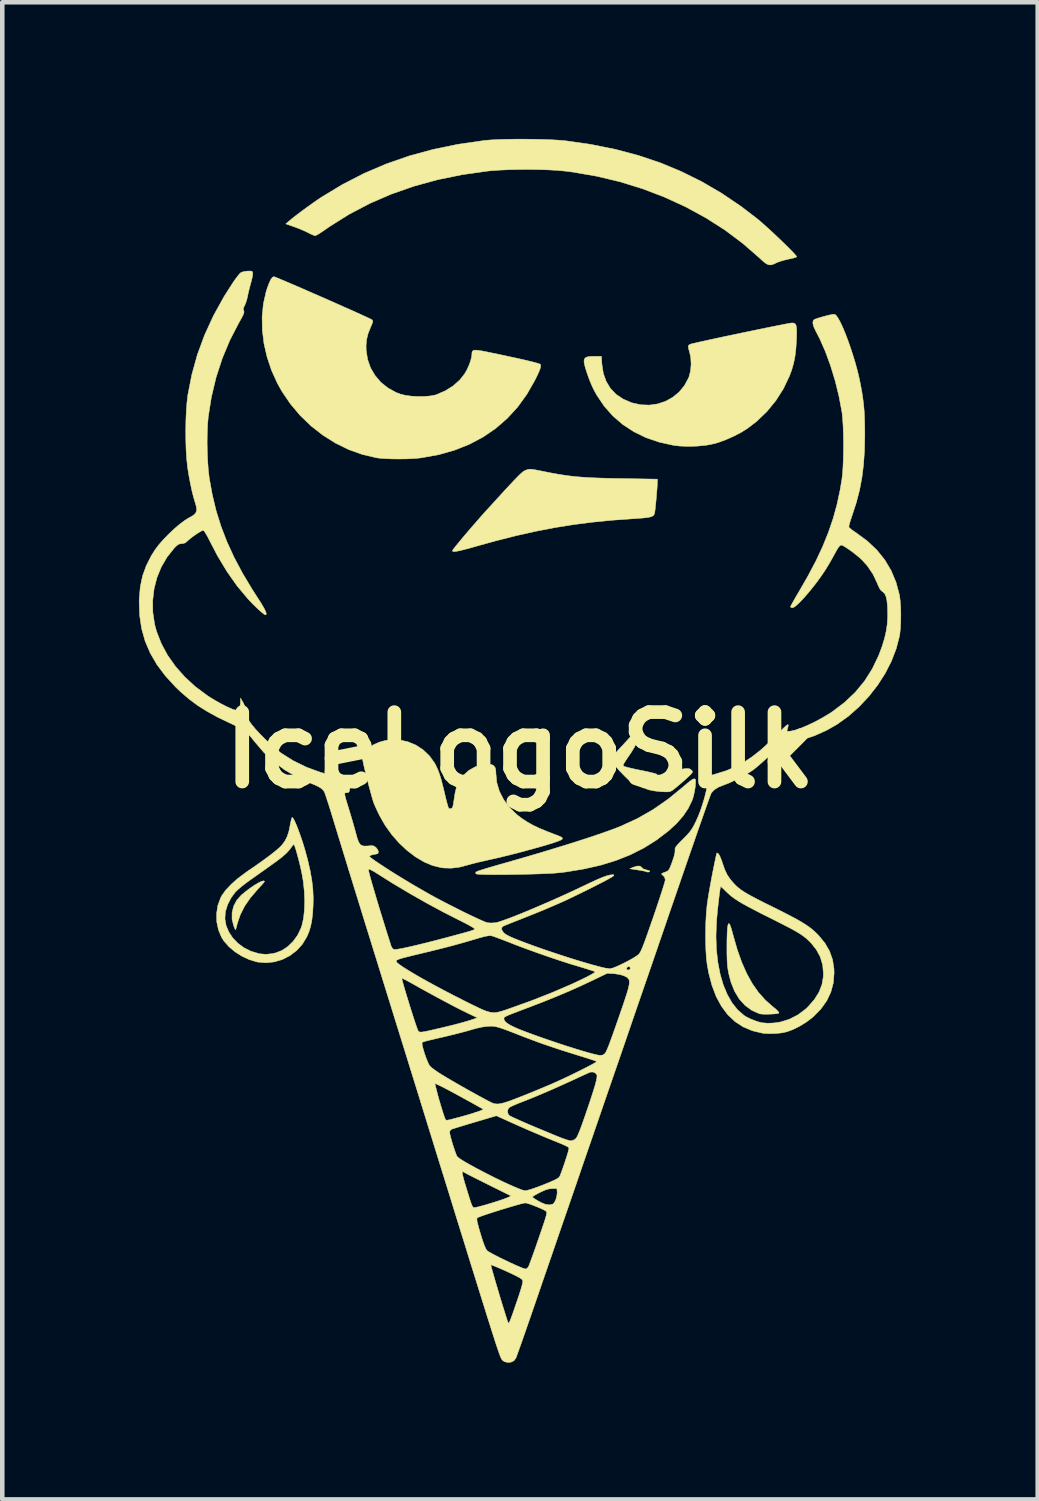
<source format=kicad_pcb>
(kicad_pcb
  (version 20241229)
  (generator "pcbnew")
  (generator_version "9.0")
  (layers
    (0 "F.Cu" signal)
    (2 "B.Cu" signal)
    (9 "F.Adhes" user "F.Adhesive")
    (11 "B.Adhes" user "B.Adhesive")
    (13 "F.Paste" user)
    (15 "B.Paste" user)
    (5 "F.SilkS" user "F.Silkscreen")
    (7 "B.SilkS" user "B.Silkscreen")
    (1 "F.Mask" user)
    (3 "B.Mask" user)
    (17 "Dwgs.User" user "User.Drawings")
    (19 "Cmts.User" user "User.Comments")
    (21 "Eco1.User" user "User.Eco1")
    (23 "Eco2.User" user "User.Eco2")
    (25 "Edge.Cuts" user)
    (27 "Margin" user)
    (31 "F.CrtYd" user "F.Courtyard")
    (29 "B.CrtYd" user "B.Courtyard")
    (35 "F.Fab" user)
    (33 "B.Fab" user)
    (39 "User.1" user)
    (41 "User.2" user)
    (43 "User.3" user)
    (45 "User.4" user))
  (footprint "IceLogoSilk"
    (layer "F.Cu")
    (at 8.364 13.418)
    (property "Reference" "IceLogoSilk" (at 0 0 0) (layer "F.SilkS") (effects (font (size 1.524 1.524) (thickness 0.3))))
    (attr through_hole)
    (fp_poly (pts (xy 2.634 2.545) (xy 2.674 2.573) (xy 2.676 2.577) (xy 2.711 2.608) (xy 2.772 2.627) (xy 2.774 2.628) (xy 2.823 2.64) (xy 2.851 2.654) (xy 2.853 2.659) (xy 2.837 2.673) (xy 2.804 2.677) (xy 2.774 2.669) (xy 2.771 2.667) (xy 2.748 2.659) (xy 2.696 2.649) (xy 2.624 2.636) (xy 2.587 2.63) (xy 2.413 2.604) (xy 2.486 2.572) (xy 2.57 2.545) (xy 2.634 2.545)) (stroke (width 0.01) (type solid)) (fill yes) (layer "F.SilkS"))
    (fp_poly (pts (xy -5.609 2.877) (xy -5.608 2.884) (xy -5.62 2.902) (xy -5.654 2.942) (xy -5.705 2.998) (xy -5.755 3.053) (xy -5.917 3.241) (xy -6.044 3.426) (xy -6.138 3.611) (xy -6.203 3.801) (xy -6.205 3.81) (xy -6.222 3.875) (xy -6.235 3.923) (xy -6.243 3.943) (xy -6.252 3.93) (xy -6.27 3.891) (xy -6.284 3.855) (xy -6.32 3.711) (xy -6.319 3.564) (xy -6.284 3.423) (xy -6.215 3.293) (xy -6.114 3.18) (xy -6.109 3.176) (xy -6.012 3.096) (xy -5.915 3.024) (xy -5.825 2.963) (xy -5.744 2.915) (xy -5.678 2.883) (xy -5.631 2.869) (xy -5.609 2.877)) (stroke (width 0.01) (type solid)) (fill yes) (layer "F.SilkS"))
    (fp_poly (pts (xy 3.715 0.407) (xy 3.744 0.42) (xy 3.778 0.451) (xy 3.79 0.477) (xy 3.776 0.502) (xy 3.734 0.548) (xy 3.668 0.611) (xy 3.582 0.688) (xy 3.479 0.776) (xy 3.407 0.836) (xy 3.35 0.881) (xy 3.307 0.905) (xy 3.261 0.915) (xy 3.197 0.916) (xy 3.182 0.916) (xy 3.092 0.911) (xy 2.99 0.9) (xy 2.927 0.891) (xy 2.839 0.873) (xy 2.781 0.853) (xy 2.755 0.829) (xy 2.761 0.798) (xy 2.799 0.76) (xy 2.872 0.713) (xy 2.98 0.656) (xy 3.092 0.601) (xy 3.275 0.518) (xy 3.427 0.457) (xy 3.55 0.419) (xy 3.646 0.402) (xy 3.715 0.407)) (stroke (width 0.01) (type solid)) (fill yes) (layer "F.SilkS"))
    (fp_poly (pts (xy 4.596 3.81) (xy 4.6 3.815) (xy 4.615 3.847) (xy 4.636 3.907) (xy 4.66 3.987) (xy 4.679 4.059) (xy 4.77 4.377) (xy 4.87 4.659) (xy 4.981 4.908) (xy 5.103 5.128) (xy 5.238 5.32) (xy 5.389 5.488) (xy 5.534 5.617) (xy 5.618 5.686) (xy 5.669 5.736) (xy 5.687 5.766) (xy 5.685 5.772) (xy 5.657 5.782) (xy 5.6 5.789) (xy 5.525 5.794) (xy 5.443 5.797) (xy 5.363 5.797) (xy 5.297 5.793) (xy 5.256 5.786) (xy 5.089 5.711) (xy 4.942 5.603) (xy 4.816 5.464) (xy 4.713 5.294) (xy 4.633 5.095) (xy 4.588 4.924) (xy 4.571 4.838) (xy 4.559 4.757) (xy 4.551 4.67) (xy 4.547 4.568) (xy 4.544 4.443) (xy 4.544 4.347) (xy 4.545 4.164) (xy 4.549 4.02) (xy 4.556 3.913) (xy 4.566 3.843) (xy 4.579 3.809) (xy 4.596 3.81)) (stroke (width 0.01) (type solid)) (fill yes) (layer "F.SilkS"))
    (fp_poly (pts (xy 2.646 -0.43) (xy 2.649 -0.422) (xy 2.648 -0.384) (xy 2.63 -0.32) (xy 2.597 -0.238) (xy 2.554 -0.146) (xy 2.504 -0.05) (xy 2.449 0.041) (xy 2.43 0.069) (xy 2.364 0.166) (xy 2.318 0.235) (xy 2.288 0.283) (xy 2.272 0.313) (xy 2.268 0.332) (xy 2.271 0.344) (xy 2.279 0.352) (xy 2.304 0.362) (xy 2.361 0.378) (xy 2.444 0.398) (xy 2.545 0.421) (xy 2.654 0.443) (xy 2.766 0.466) (xy 2.864 0.488) (xy 2.941 0.507) (xy 2.991 0.522) (xy 3.009 0.531) (xy 2.992 0.547) (xy 2.947 0.574) (xy 2.882 0.607) (xy 2.805 0.643) (xy 2.726 0.678) (xy 2.651 0.708) (xy 2.589 0.729) (xy 2.555 0.737) (xy 2.523 0.74) (xy 2.496 0.736) (xy 2.466 0.721) (xy 2.427 0.691) (xy 2.373 0.641) (xy 2.304 0.574) (xy 2.189 0.456) (xy 2.102 0.355) (xy 2.044 0.272) (xy 2.015 0.208) (xy 2.012 0.188) (xy 2.026 0.158) (xy 2.062 0.107) (xy 2.116 0.043) (xy 2.164 -0.01) (xy 2.243 -0.094) (xy 2.328 -0.186) (xy 2.406 -0.272) (xy 2.439 -0.309) (xy 2.516 -0.39) (xy 2.576 -0.437) (xy 2.619 -0.45) (xy 2.646 -0.43)) (stroke (width 0.01) (type solid)) (fill yes) (layer "F.SilkS"))
    (fp_poly (pts (xy 3.847 0.636) (xy 3.848 0.636) (xy 3.856 0.667) (xy 3.856 0.726) (xy 3.849 0.804) (xy 3.835 0.892) (xy 3.817 0.979) (xy 3.796 1.058) (xy 3.782 1.098) (xy 3.696 1.276) (xy 3.585 1.442) (xy 3.445 1.603) (xy 3.271 1.764) (xy 3.248 1.783) (xy 2.991 1.978) (xy 2.719 2.148) (xy 2.429 2.294) (xy 2.117 2.419) (xy 1.781 2.523) (xy 1.417 2.606) (xy 1.021 2.672) (xy 0.889 2.689) (xy 0.81 2.696) (xy 0.704 2.704) (xy 0.576 2.71) (xy 0.43 2.716) (xy 0.272 2.721) (xy 0.106 2.725) (xy -0.064 2.728) (xy -0.231 2.731) (xy -0.392 2.732) (xy -0.542 2.733) (xy -0.676 2.732) (xy -0.79 2.73) (xy -0.878 2.726) (xy -0.936 2.722) (xy -0.957 2.717) (xy -0.976 2.697) (xy -0.962 2.677) (xy -0.953 2.669) (xy -0.925 2.657) (xy -0.865 2.636) (xy -0.779 2.609) (xy -0.67 2.576) (xy -0.545 2.539) (xy -0.415 2.502) (xy -0.057 2.4) (xy 0.289 2.299) (xy 0.621 2.2) (xy 0.934 2.104) (xy 1.227 2.013) (xy 1.495 1.926) (xy 1.736 1.845) (xy 1.947 1.771) (xy 2.125 1.705) (xy 2.209 1.671) (xy 2.574 1.504) (xy 2.923 1.305) (xy 3.259 1.071) (xy 3.585 0.804) (xy 3.677 0.725) (xy 3.745 0.671) (xy 3.794 0.639) (xy 3.827 0.629) (xy 3.847 0.636)) (stroke (width 0.01) (type solid)) (fill yes) (layer "F.SilkS"))
    (fp_poly (pts (xy 0.28 -6.163) (xy 0.347 -6.152) (xy 0.441 -6.134) (xy 0.513 -6.119) (xy 0.679 -6.086) (xy 0.83 -6.059) (xy 0.973 -6.036) (xy 1.113 -6.017) (xy 1.256 -6.002) (xy 1.409 -5.99) (xy 1.576 -5.98) (xy 1.764 -5.973) (xy 1.979 -5.967) (xy 2.226 -5.962) (xy 2.257 -5.962) (xy 3.019 -5.949) (xy 3.017 -5.862) (xy 3.014 -5.801) (xy 3.008 -5.716) (xy 3 -5.616) (xy 2.991 -5.509) (xy 2.981 -5.405) (xy 2.972 -5.314) (xy 2.963 -5.245) (xy 2.958 -5.211) (xy 2.948 -5.177) (xy 2.93 -5.151) (xy 2.899 -5.131) (xy 2.85 -5.116) (xy 2.778 -5.104) (xy 2.679 -5.094) (xy 2.547 -5.084) (xy 2.491 -5.081) (xy 2.033 -5.048) (xy 1.597 -5.005) (xy 1.175 -4.951) (xy 0.758 -4.884) (xy 0.34 -4.803) (xy -0.089 -4.707) (xy -0.537 -4.593) (xy -0.927 -4.485) (xy -1.093 -4.438) (xy -1.225 -4.403) (xy -1.326 -4.378) (xy -1.399 -4.364) (xy -1.447 -4.359) (xy -1.473 -4.363) (xy -1.481 -4.376) (xy -1.478 -4.385) (xy -1.462 -4.41) (xy -1.423 -4.461) (xy -1.365 -4.532) (xy -1.293 -4.62) (xy -1.209 -4.72) (xy -1.118 -4.827) (xy -1.022 -4.938) (xy -0.927 -5.047) (xy -0.835 -5.152) (xy -0.75 -5.247) (xy -0.728 -5.271) (xy -0.565 -5.449) (xy -0.427 -5.6) (xy -0.311 -5.727) (xy -0.214 -5.831) (xy -0.134 -5.916) (xy -0.07 -5.983) (xy -0.018 -6.035) (xy 0.023 -6.074) (xy 0.055 -6.102) (xy 0.082 -6.122) (xy 0.104 -6.135) (xy 0.125 -6.145) (xy 0.131 -6.147) (xy 0.165 -6.159) (xy 0.196 -6.166) (xy 0.232 -6.168) (xy 0.28 -6.163)) (stroke (width 0.01) (type solid)) (fill yes) (layer "F.SilkS"))
    (fp_poly (pts (xy 6.012 -9.375) (xy 6.04 -9.36) (xy 6.06 -9.33) (xy 6.071 -9.28) (xy 6.075 -9.203) (xy 6.074 -9.096) (xy 6.071 -9.008) (xy 6.059 -8.814) (xy 6.039 -8.646) (xy 6.009 -8.495) (xy 5.967 -8.349) (xy 5.919 -8.218) (xy 5.786 -7.938) (xy 5.62 -7.676) (xy 5.422 -7.434) (xy 5.196 -7.217) (xy 4.999 -7.066) (xy 4.858 -6.977) (xy 4.692 -6.891) (xy 4.518 -6.814) (xy 4.351 -6.753) (xy 4.269 -6.729) (xy 4.097 -6.695) (xy 3.903 -6.675) (xy 3.701 -6.668) (xy 3.506 -6.676) (xy 3.371 -6.692) (xy 3.059 -6.761) (xy 2.768 -6.86) (xy 2.501 -6.99) (xy 2.258 -7.149) (xy 2.04 -7.337) (xy 1.849 -7.553) (xy 1.685 -7.797) (xy 1.613 -7.929) (xy 1.573 -8.017) (xy 1.531 -8.119) (xy 1.491 -8.227) (xy 1.455 -8.333) (xy 1.428 -8.426) (xy 1.411 -8.499) (xy 1.407 -8.534) (xy 1.414 -8.583) (xy 1.438 -8.615) (xy 1.486 -8.635) (xy 1.563 -8.644) (xy 1.629 -8.645) (xy 1.788 -8.646) (xy 1.8 -8.47) (xy 1.831 -8.27) (xy 1.894 -8.094) (xy 1.987 -7.94) (xy 2.111 -7.811) (xy 2.266 -7.707) (xy 2.449 -7.628) (xy 2.46 -7.625) (xy 2.651 -7.582) (xy 2.841 -7.575) (xy 3.024 -7.601) (xy 3.198 -7.659) (xy 3.356 -7.747) (xy 3.496 -7.863) (xy 3.612 -8.004) (xy 3.701 -8.169) (xy 3.712 -8.196) (xy 3.745 -8.323) (xy 3.758 -8.467) (xy 3.751 -8.612) (xy 3.726 -8.732) (xy 3.704 -8.808) (xy 3.695 -8.857) (xy 3.702 -8.885) (xy 3.723 -8.903) (xy 3.737 -8.91) (xy 3.766 -8.919) (xy 3.83 -8.934) (xy 3.923 -8.956) (xy 4.042 -8.982) (xy 4.182 -9.013) (xy 4.339 -9.047) (xy 4.508 -9.083) (xy 4.686 -9.12) (xy 4.868 -9.159) (xy 5.049 -9.196) (xy 5.226 -9.233) (xy 5.393 -9.267) (xy 5.548 -9.299) (xy 5.685 -9.326) (xy 5.801 -9.349) (xy 5.89 -9.366) (xy 5.949 -9.376) (xy 5.972 -9.378) (xy 6.012 -9.375)) (stroke (width 0.01) (type solid)) (fill yes) (layer "F.SilkS"))
    (fp_poly (pts (xy 0.305 -13.411) (xy 0.503 -13.407) (xy 0.687 -13.4) (xy 0.849 -13.391) (xy 0.983 -13.379) (xy 1.006 -13.377) (xy 1.562 -13.297) (xy 2.091 -13.191) (xy 2.596 -13.057) (xy 3.08 -12.895) (xy 3.544 -12.702) (xy 3.994 -12.479) (xy 4.43 -12.224) (xy 4.856 -11.936) (xy 5.197 -11.675) (xy 5.268 -11.616) (xy 5.353 -11.542) (xy 5.448 -11.457) (xy 5.549 -11.364) (xy 5.651 -11.268) (xy 5.751 -11.172) (xy 5.845 -11.081) (xy 5.928 -10.998) (xy 5.997 -10.928) (xy 6.046 -10.874) (xy 6.073 -10.84) (xy 6.076 -10.832) (xy 6.059 -10.82) (xy 6.011 -10.805) (xy 5.941 -10.788) (xy 5.9 -10.78) (xy 5.807 -10.758) (xy 5.716 -10.732) (xy 5.643 -10.705) (xy 5.627 -10.697) (xy 5.56 -10.666) (xy 5.505 -10.652) (xy 5.454 -10.657) (xy 5.401 -10.683) (xy 5.337 -10.733) (xy 5.256 -10.808) (xy 4.892 -11.125) (xy 4.5 -11.419) (xy 4.081 -11.686) (xy 3.638 -11.927) (xy 3.175 -12.14) (xy 2.693 -12.324) (xy 2.195 -12.478) (xy 1.683 -12.6) (xy 1.161 -12.69) (xy 0.987 -12.712) (xy 0.826 -12.727) (xy 0.636 -12.738) (xy 0.424 -12.745) (xy 0.201 -12.748) (xy -0.025 -12.747) (xy -0.245 -12.742) (xy -0.45 -12.733) (xy -0.631 -12.72) (xy -0.703 -12.713) (xy -1.268 -12.633) (xy -1.811 -12.522) (xy -2.331 -12.379) (xy -2.828 -12.205) (xy -3.302 -11.999) (xy -3.753 -11.762) (xy -4.181 -11.493) (xy -4.269 -11.432) (xy -4.347 -11.378) (xy -4.415 -11.334) (xy -4.467 -11.305) (xy -4.494 -11.293) (xy -4.494 -11.293) (xy -4.526 -11.302) (xy -4.58 -11.325) (xy -4.646 -11.357) (xy -4.651 -11.36) (xy -4.729 -11.398) (xy -4.827 -11.44) (xy -4.928 -11.479) (xy -4.959 -11.49) (xy -5.14 -11.553) (xy -5.076 -11.609) (xy -5.001 -11.671) (xy -4.901 -11.749) (xy -4.786 -11.836) (xy -4.661 -11.927) (xy -4.537 -12.016) (xy -4.42 -12.097) (xy -4.357 -12.139) (xy -3.901 -12.415) (xy -3.429 -12.658) (xy -2.939 -12.868) (xy -2.431 -13.045) (xy -1.902 -13.189) (xy -1.352 -13.302) (xy -0.78 -13.384) (xy -0.752 -13.387) (xy -0.629 -13.397) (xy -0.475 -13.405) (xy -0.297 -13.41) (xy -0.103 -13.413) (xy 0.1 -13.413) (xy 0.305 -13.411)) (stroke (width 0.01) (type solid)) (fill yes) (layer "F.SilkS"))
    (fp_poly (pts (xy -5.378 -10.387) (xy -5.323 -10.365) (xy -5.239 -10.33) (xy -5.132 -10.285) (xy -5.004 -10.23) (xy -4.859 -10.168) (xy -4.703 -10.1) (xy -4.537 -10.027) (xy -4.367 -9.953) (xy -4.196 -9.878) (xy -4.027 -9.803) (xy -3.866 -9.731) (xy -3.714 -9.664) (xy -3.578 -9.603) (xy -3.46 -9.549) (xy -3.363 -9.505) (xy -3.293 -9.472) (xy -3.253 -9.451) (xy -3.245 -9.446) (xy -3.233 -9.428) (xy -3.233 -9.4) (xy -3.247 -9.356) (xy -3.277 -9.287) (xy -3.334 -9.144) (xy -3.366 -9.014) (xy -3.378 -8.88) (xy -3.375 -8.775) (xy -3.344 -8.577) (xy -3.279 -8.392) (xy -3.18 -8.224) (xy -3.053 -8.075) (xy -2.898 -7.951) (xy -2.72 -7.853) (xy -2.615 -7.813) (xy -2.508 -7.788) (xy -2.378 -7.771) (xy -2.236 -7.763) (xy -2.095 -7.765) (xy -1.966 -7.776) (xy -1.86 -7.796) (xy -1.837 -7.803) (xy -1.64 -7.888) (xy -1.466 -7.997) (xy -1.319 -8.128) (xy -1.21 -8.267) (xy -1.161 -8.354) (xy -1.117 -8.453) (xy -1.082 -8.551) (xy -1.06 -8.638) (xy -1.055 -8.683) (xy -1.053 -8.727) (xy -1.042 -8.758) (xy -1.019 -8.776) (xy -0.978 -8.782) (xy -0.914 -8.777) (xy -0.822 -8.762) (xy -0.697 -8.737) (xy -0.688 -8.735) (xy -0.445 -8.685) (xy -0.228 -8.638) (xy -0.038 -8.597) (xy 0.124 -8.56) (xy 0.255 -8.529) (xy 0.354 -8.503) (xy 0.418 -8.484) (xy 0.445 -8.472) (xy 0.456 -8.45) (xy 0.454 -8.413) (xy 0.438 -8.358) (xy 0.405 -8.279) (xy 0.355 -8.174) (xy 0.327 -8.118) (xy 0.152 -7.812) (xy -0.049 -7.534) (xy -0.277 -7.285) (xy -0.53 -7.065) (xy -0.807 -6.875) (xy -1.109 -6.715) (xy -1.433 -6.586) (xy -1.781 -6.487) (xy -2.151 -6.42) (xy -2.237 -6.409) (xy -2.354 -6.4) (xy -2.492 -6.394) (xy -2.642 -6.392) (xy -2.793 -6.393) (xy -2.936 -6.399) (xy -3.059 -6.407) (xy -3.146 -6.418) (xy -3.456 -6.49) (xy -3.759 -6.598) (xy -4.05 -6.741) (xy -4.327 -6.915) (xy -4.586 -7.118) (xy -4.825 -7.348) (xy -5.039 -7.602) (xy -5.226 -7.878) (xy -5.324 -8.053) (xy -5.453 -8.337) (xy -5.551 -8.63) (xy -5.619 -8.927) (xy -5.655 -9.224) (xy -5.66 -9.516) (xy -5.632 -9.797) (xy -5.572 -10.064) (xy -5.552 -10.128) (xy -5.509 -10.246) (xy -5.471 -10.328) (xy -5.437 -10.377) (xy -5.405 -10.394) (xy -5.402 -10.394) (xy -5.378 -10.387)) (stroke (width 0.01) (type solid)) (fill yes) (layer "F.SilkS"))
    (fp_poly (pts (xy -2.646 -0.225) (xy -2.46 -0.184) (xy -2.284 -0.111) (xy -2.124 -0.006) (xy -1.986 0.126) (xy -1.874 0.282) (xy -1.852 0.322) (xy -1.818 0.394) (xy -1.786 0.469) (xy -1.757 0.554) (xy -1.726 0.656) (xy -1.694 0.781) (xy -1.656 0.935) (xy -1.641 1.002) (xy -1.617 1.099) (xy -1.595 1.182) (xy -1.576 1.244) (xy -1.563 1.278) (xy -1.561 1.281) (xy -1.529 1.285) (xy -1.507 1.281) (xy -1.488 1.268) (xy -1.473 1.238) (xy -1.461 1.184) (xy -1.448 1.098) (xy -1.448 1.095) (xy -1.423 0.935) (xy -1.391 0.807) (xy -1.349 0.702) (xy -1.295 0.614) (xy -1.251 0.561) (xy -1.122 0.445) (xy -0.981 0.366) (xy -0.827 0.324) (xy -0.76 0.317) (xy -0.682 0.313) (xy -0.631 0.316) (xy -0.599 0.326) (xy -0.573 0.345) (xy -0.569 0.349) (xy -0.545 0.382) (xy -0.532 0.427) (xy -0.527 0.496) (xy -0.527 0.513) (xy -0.508 0.711) (xy -0.451 0.903) (xy -0.358 1.085) (xy -0.232 1.255) (xy -0.074 1.409) (xy -0.058 1.423) (xy 0.049 1.504) (xy 0.16 1.577) (xy 0.281 1.645) (xy 0.421 1.712) (xy 0.584 1.78) (xy 0.777 1.855) (xy 0.801 1.863) (xy 0.876 1.893) (xy 0.919 1.914) (xy 0.934 1.933) (xy 0.927 1.953) (xy 0.918 1.961) (xy 0.886 1.979) (xy 0.821 2.005) (xy 0.726 2.037) (xy 0.606 2.074) (xy 0.466 2.115) (xy 0.309 2.159) (xy 0.141 2.205) (xy -0.034 2.252) (xy -0.213 2.297) (xy -0.39 2.341) (xy -0.561 2.381) (xy -0.664 2.404) (xy -0.787 2.432) (xy -0.906 2.459) (xy -1.012 2.485) (xy -1.095 2.507) (xy -1.143 2.521) (xy -1.332 2.57) (xy -1.506 2.591) (xy -1.679 2.586) (xy -1.731 2.579) (xy -1.916 2.534) (xy -2.105 2.454) (xy -2.294 2.342) (xy -2.477 2.203) (xy -2.652 2.039) (xy -2.813 1.855) (xy -2.958 1.653) (xy -3.079 1.442) (xy -3.122 1.354) (xy -3.163 1.265) (xy -3.196 1.19) (xy -3.205 1.168) (xy -3.224 1.113) (xy -3.248 1.031) (xy -3.277 0.927) (xy -3.309 0.81) (xy -3.341 0.686) (xy -3.373 0.561) (xy -3.402 0.442) (xy -3.427 0.336) (xy -3.445 0.25) (xy -3.456 0.19) (xy -3.458 0.169) (xy -3.44 0.091) (xy -3.388 0.014) (xy -3.308 -0.059) (xy -3.206 -0.123) (xy -3.087 -0.175) (xy -2.957 -0.212) (xy -2.839 -0.229) (xy -2.646 -0.225)) (stroke (width 0.01) (type solid)) (fill yes) (layer "F.SilkS"))
    (fp_poly (pts (xy -4.987 1.485) (xy -4.962 1.525) (xy -4.929 1.592) (xy -4.891 1.683) (xy -4.85 1.792) (xy -4.806 1.916) (xy -4.762 2.049) (xy -4.72 2.187) (xy -4.682 2.325) (xy -4.662 2.4) (xy -4.607 2.638) (xy -4.569 2.851) (xy -4.546 3.05) (xy -4.537 3.244) (xy -4.54 3.409) (xy -4.551 3.591) (xy -4.569 3.742) (xy -4.596 3.873) (xy -4.633 3.992) (xy -4.679 4.099) (xy -4.776 4.26) (xy -4.901 4.398) (xy -5.048 4.51) (xy -5.213 4.595) (xy -5.39 4.648) (xy -5.574 4.668) (xy -5.76 4.652) (xy -5.774 4.649) (xy -5.939 4.6) (xy -6.102 4.524) (xy -6.255 4.427) (xy -6.39 4.313) (xy -6.499 4.189) (xy -6.55 4.109) (xy -6.619 3.943) (xy -6.656 3.766) (xy -6.657 3.704) (xy -6.476 3.704) (xy -6.45 3.851) (xy -6.391 3.992) (xy -6.304 4.123) (xy -6.191 4.24) (xy -6.057 4.339) (xy -5.904 4.415) (xy -5.735 4.465) (xy -5.698 4.472) (xy -5.573 4.482) (xy -5.439 4.468) (xy -5.363 4.451) (xy -5.226 4.398) (xy -5.096 4.312) (xy -4.98 4.199) (xy -4.881 4.063) (xy -4.807 3.91) (xy -4.786 3.849) (xy -4.751 3.694) (xy -4.731 3.511) (xy -4.725 3.308) (xy -4.734 3.094) (xy -4.757 2.877) (xy -4.787 2.705) (xy -4.81 2.599) (xy -4.836 2.489) (xy -4.864 2.379) (xy -4.892 2.276) (xy -4.917 2.188) (xy -4.939 2.121) (xy -4.956 2.08) (xy -4.963 2.071) (xy -4.983 2.086) (xy -5.011 2.121) (xy -5.011 2.122) (xy -5.063 2.192) (xy -5.13 2.264) (xy -5.217 2.341) (xy -5.329 2.428) (xy -5.451 2.516) (xy -5.563 2.596) (xy -5.686 2.683) (xy -5.807 2.769) (xy -5.913 2.844) (xy -5.937 2.861) (xy -6.028 2.928) (xy -6.116 2.997) (xy -6.191 3.061) (xy -6.244 3.112) (xy -6.248 3.116) (xy -6.341 3.242) (xy -6.416 3.388) (xy -6.463 3.537) (xy -6.467 3.555) (xy -6.476 3.704) (xy -6.657 3.704) (xy -6.659 3.585) (xy -6.631 3.408) (xy -6.57 3.242) (xy -6.54 3.186) (xy -6.456 3.07) (xy -6.338 2.945) (xy -6.192 2.816) (xy -6.02 2.687) (xy -5.973 2.654) (xy -5.793 2.531) (xy -5.632 2.416) (xy -5.492 2.313) (xy -5.378 2.223) (xy -5.29 2.149) (xy -5.233 2.093) (xy -5.231 2.091) (xy -5.161 1.998) (xy -5.111 1.9) (xy -5.073 1.786) (xy -5.049 1.668) (xy -5.034 1.589) (xy -5.019 1.525) (xy -5.007 1.486) (xy -5.004 1.479) (xy -4.987 1.485)) (stroke (width 0.01) (type solid)) (fill yes) (layer "F.SilkS"))
    (fp_poly (pts (xy 4.34 2.261) (xy 4.359 2.278) (xy 4.381 2.311) (xy 4.408 2.371) (xy 4.436 2.447) (xy 4.446 2.479) (xy 4.495 2.62) (xy 4.55 2.736) (xy 4.62 2.839) (xy 4.698 2.929) (xy 4.743 2.975) (xy 4.792 3.019) (xy 4.846 3.061) (xy 4.912 3.106) (xy 4.991 3.154) (xy 5.09 3.209) (xy 5.211 3.273) (xy 5.358 3.348) (xy 5.536 3.436) (xy 5.577 3.456) (xy 5.773 3.554) (xy 5.937 3.639) (xy 6.075 3.712) (xy 6.189 3.778) (xy 6.285 3.839) (xy 6.367 3.897) (xy 6.439 3.954) (xy 6.505 4.015) (xy 6.557 4.068) (xy 6.696 4.237) (xy 6.797 4.413) (xy 6.863 4.599) (xy 6.894 4.8) (xy 6.897 4.894) (xy 6.88 5.109) (xy 6.826 5.311) (xy 6.737 5.499) (xy 6.611 5.677) (xy 6.448 5.844) (xy 6.402 5.884) (xy 6.278 5.976) (xy 6.137 6.062) (xy 5.992 6.134) (xy 5.862 6.182) (xy 5.751 6.206) (xy 5.619 6.22) (xy 5.481 6.224) (xy 5.354 6.217) (xy 5.324 6.213) (xy 5.102 6.16) (xy 4.901 6.075) (xy 4.721 5.958) (xy 4.562 5.807) (xy 4.425 5.625) (xy 4.309 5.41) (xy 4.215 5.164) (xy 4.143 4.887) (xy 4.11 4.704) (xy 4.093 4.561) (xy 4.082 4.388) (xy 4.076 4.196) (xy 4.076 4.082) (xy 4.304 4.082) (xy 4.314 4.379) (xy 4.345 4.658) (xy 4.395 4.916) (xy 4.464 5.153) (xy 4.552 5.364) (xy 4.656 5.547) (xy 4.778 5.7) (xy 4.915 5.82) (xy 4.953 5.846) (xy 5.024 5.883) (xy 5.114 5.922) (xy 5.208 5.957) (xy 5.29 5.98) (xy 5.314 5.985) (xy 5.439 5.995) (xy 5.579 5.989) (xy 5.715 5.969) (xy 5.913 5.908) (xy 6.101 5.812) (xy 6.272 5.684) (xy 6.33 5.628) (xy 6.467 5.471) (xy 6.567 5.311) (xy 6.63 5.147) (xy 6.66 4.975) (xy 6.662 4.903) (xy 6.646 4.715) (xy 6.594 4.541) (xy 6.507 4.379) (xy 6.396 4.24) (xy 6.347 4.189) (xy 6.298 4.143) (xy 6.245 4.1) (xy 6.184 4.055) (xy 6.11 4.008) (xy 6.02 3.956) (xy 5.909 3.896) (xy 5.773 3.826) (xy 5.609 3.742) (xy 5.489 3.682) (xy 5.295 3.585) (xy 5.133 3.501) (xy 4.998 3.43) (xy 4.886 3.368) (xy 4.794 3.313) (xy 4.718 3.263) (xy 4.653 3.216) (xy 4.596 3.168) (xy 4.542 3.119) (xy 4.527 3.104) (xy 4.474 3.052) (xy 4.432 3.013) (xy 4.409 2.994) (xy 4.406 2.993) (xy 4.4 3.018) (xy 4.391 3.075) (xy 4.379 3.157) (xy 4.367 3.257) (xy 4.354 3.37) (xy 4.341 3.487) (xy 4.33 3.603) (xy 4.32 3.711) (xy 4.316 3.771) (xy 4.304 4.082) (xy 4.076 4.082) (xy 4.076 3.995) (xy 4.08 3.793) (xy 4.09 3.601) (xy 4.106 3.427) (xy 4.11 3.39) (xy 4.126 3.277) (xy 4.149 3.135) (xy 4.178 2.971) (xy 4.211 2.793) (xy 4.246 2.611) (xy 4.283 2.431) (xy 4.313 2.29) (xy 4.323 2.259) (xy 4.34 2.261)) (stroke (width 0.01) (type solid)) (fill yes) (layer "F.SilkS"))
    (fp_poly (pts (xy -5.884 -10.513) (xy -5.87 -10.496) (xy -5.865 -10.471) (xy -5.868 -10.43) (xy -5.88 -10.364) (xy -5.9 -10.284) (xy -5.908 -10.254) (xy -5.934 -10.158) (xy -5.959 -10.059) (xy -5.977 -9.974) (xy -5.979 -9.962) (xy -5.998 -9.882) (xy -6.023 -9.807) (xy -6.042 -9.765) (xy -6.068 -9.71) (xy -6.07 -9.669) (xy -6.063 -9.648) (xy -6.057 -9.624) (xy -6.061 -9.594) (xy -6.078 -9.551) (xy -6.11 -9.489) (xy -6.16 -9.4) (xy -6.167 -9.388) (xy -6.365 -9.006) (xy -6.534 -8.602) (xy -6.671 -8.181) (xy -6.774 -7.749) (xy -6.842 -7.317) (xy -6.856 -7.153) (xy -6.864 -6.961) (xy -6.867 -6.754) (xy -6.863 -6.541) (xy -6.854 -6.334) (xy -6.84 -6.144) (xy -6.821 -5.981) (xy -6.821 -5.979) (xy -6.754 -5.609) (xy -6.669 -5.255) (xy -6.561 -4.91) (xy -6.43 -4.57) (xy -6.273 -4.229) (xy -6.088 -3.881) (xy -5.872 -3.521) (xy -5.762 -3.35) (xy -5.678 -3.219) (xy -5.618 -3.117) (xy -5.582 -3.043) (xy -5.568 -2.995) (xy -5.576 -2.972) (xy -5.587 -2.97) (xy -5.614 -2.983) (xy -5.662 -3.021) (xy -5.726 -3.076) (xy -5.8 -3.146) (xy -5.879 -3.224) (xy -5.957 -3.306) (xy -5.976 -3.327) (xy -6.211 -3.608) (xy -6.43 -3.919) (xy -6.637 -4.263) (xy -6.801 -4.577) (xy -6.851 -4.676) (xy -6.895 -4.753) (xy -6.929 -4.805) (xy -6.95 -4.826) (xy -6.951 -4.826) (xy -6.984 -4.815) (xy -7.038 -4.785) (xy -7.104 -4.743) (xy -7.174 -4.694) (xy -7.238 -4.645) (xy -7.288 -4.602) (xy -7.296 -4.593) (xy -7.349 -4.55) (xy -7.406 -4.534) (xy -7.426 -4.533) (xy -7.47 -4.528) (xy -7.509 -4.51) (xy -7.553 -4.472) (xy -7.588 -4.437) (xy -7.745 -4.24) (xy -7.873 -4.022) (xy -7.969 -3.787) (xy -8.032 -3.54) (xy -8.062 -3.284) (xy -8.059 -3.025) (xy -8.02 -2.766) (xy -7.978 -2.609) (xy -7.874 -2.342) (xy -7.735 -2.083) (xy -7.561 -1.837) (xy -7.356 -1.605) (xy -7.122 -1.391) (xy -6.861 -1.197) (xy -6.786 -1.149) (xy -6.682 -1.086) (xy -6.575 -1.026) (xy -6.471 -0.972) (xy -6.378 -0.928) (xy -6.301 -0.896) (xy -6.248 -0.88) (xy -6.238 -0.879) (xy -6.186 -0.897) (xy -6.151 -0.947) (xy -6.135 -1.026) (xy -6.135 -1.047) (xy -6.134 -1.143) (xy -6.072 -1.036) (xy -6.017 -0.914) (xy -5.997 -0.808) (xy -5.987 -0.74) (xy -5.969 -0.686) (xy -5.938 -0.63) (xy -5.89 -0.564) (xy -5.807 -0.463) (xy -5.701 -0.349) (xy -5.583 -0.231) (xy -5.461 -0.116) (xy -5.344 -0.015) (xy -5.242 0.065) (xy -4.974 0.233) (xy -4.682 0.376) (xy -4.373 0.489) (xy -4.073 0.567) (xy -3.961 0.592) (xy -3.882 0.617) (xy -3.825 0.645) (xy -3.785 0.68) (xy -3.76 0.712) (xy -3.742 0.759) (xy -3.735 0.817) (xy -3.738 0.873) (xy -3.751 0.915) (xy -3.771 0.931) (xy -3.814 0.935) (xy -3.825 0.936) (xy -3.838 0.939) (xy -3.845 0.951) (xy -3.845 0.975) (xy -3.837 1.017) (xy -3.82 1.081) (xy -3.793 1.172) (xy -3.755 1.295) (xy -3.75 1.312) (xy -3.713 1.434) (xy -3.676 1.559) (xy -3.643 1.675) (xy -3.616 1.771) (xy -3.606 1.809) (xy -3.574 1.925) (xy -3.545 2.008) (xy -3.512 2.063) (xy -3.472 2.094) (xy -3.42 2.106) (xy -3.35 2.104) (xy -3.325 2.102) (xy -3.258 2.097) (xy -3.215 2.102) (xy -3.181 2.121) (xy -3.16 2.138) (xy -3.123 2.184) (xy -3.107 2.229) (xy -3.115 2.264) (xy -3.131 2.275) (xy -3.166 2.283) (xy -3.219 2.293) (xy -3.229 2.295) (xy -3.276 2.308) (xy -3.301 2.326) (xy -3.302 2.331) (xy -3.286 2.351) (xy -3.239 2.388) (xy -3.166 2.44) (xy -3.071 2.504) (xy -2.956 2.579) (xy -2.827 2.662) (xy -2.686 2.75) (xy -2.537 2.841) (xy -2.384 2.933) (xy -2.23 3.023) (xy -2.08 3.109) (xy -1.973 3.17) (xy -1.846 3.24) (xy -1.706 3.314) (xy -1.559 3.39) (xy -1.409 3.466) (xy -1.263 3.54) (xy -1.123 3.608) (xy -0.996 3.668) (xy -0.886 3.719) (xy -0.797 3.758) (xy -0.735 3.782) (xy -0.712 3.789) (xy -0.635 3.795) (xy -0.549 3.79) (xy -0.525 3.786) (xy -0.461 3.77) (xy -0.366 3.738) (xy -0.244 3.694) (xy -0.099 3.638) (xy 0.065 3.572) (xy 0.243 3.498) (xy 0.433 3.417) (xy 0.628 3.333) (xy 0.827 3.245) (xy 1.024 3.156) (xy 1.214 3.068) (xy 1.395 2.982) (xy 1.406 2.977) (xy 1.569 2.899) (xy 1.703 2.838) (xy 1.81 2.793) (xy 1.896 2.762) (xy 1.963 2.743) (xy 2.016 2.736) (xy 2.03 2.735) (xy 2.063 2.738) (xy 2.062 2.751) (xy 2.051 2.763) (xy 2.021 2.784) (xy 1.96 2.819) (xy 1.874 2.866) (xy 1.768 2.921) (xy 1.645 2.984) (xy 1.512 3.051) (xy 1.374 3.119) (xy 1.234 3.187) (xy 1.099 3.252) (xy 0.973 3.311) (xy 0.86 3.362) (xy 0.86 3.362) (xy 0.725 3.42) (xy 0.567 3.488) (xy 0.398 3.558) (xy 0.231 3.625) (xy 0.08 3.685) (xy 0.079 3.686) (xy -0.043 3.734) (xy -0.153 3.777) (xy -0.247 3.815) (xy -0.318 3.844) (xy -0.361 3.862) (xy -0.371 3.866) (xy -0.402 3.9) (xy -0.397 3.948) (xy -0.362 4.002) (xy -0.331 4.03) (xy -0.284 4.06) (xy -0.215 4.095) (xy -0.118 4.137) (xy -0.014 4.178) (xy 0.145 4.239) (xy 0.317 4.302) (xy 0.5 4.367) (xy 0.689 4.431) (xy 0.879 4.494) (xy 1.067 4.555) (xy 1.249 4.612) (xy 1.42 4.663) (xy 1.576 4.709) (xy 1.714 4.746) (xy 1.828 4.775) (xy 1.915 4.793) (xy 1.971 4.8) (xy 1.981 4.8) (xy 2.034 4.785) (xy 2.111 4.755) (xy 2.204 4.713) (xy 2.305 4.664) (xy 2.404 4.612) (xy 2.493 4.561) (xy 2.564 4.516) (xy 2.606 4.483) (xy 2.623 4.463) (xy 2.641 4.435) (xy 2.662 4.394) (xy 2.687 4.337) (xy 2.717 4.261) (xy 2.754 4.163) (xy 2.798 4.038) (xy 2.852 3.884) (xy 2.917 3.697) (xy 2.929 3.663) (xy 2.986 3.496) (xy 3.038 3.34) (xy 3.085 3.198) (xy 3.125 3.074) (xy 3.157 2.972) (xy 3.179 2.897) (xy 3.19 2.853) (xy 3.191 2.845) (xy 3.173 2.784) (xy 3.144 2.754) (xy 3.115 2.73) (xy 3.11 2.714) (xy 3.132 2.699) (xy 3.186 2.678) (xy 3.194 2.675) (xy 3.23 2.66) (xy 3.256 2.642) (xy 3.278 2.613) (xy 3.3 2.565) (xy 3.329 2.491) (xy 3.344 2.451) (xy 3.383 2.333) (xy 3.403 2.247) (xy 3.405 2.197) (xy 3.404 2.17) (xy 3.411 2.143) (xy 3.431 2.111) (xy 3.469 2.067) (xy 3.527 2.006) (xy 3.581 1.953) (xy 3.662 1.87) (xy 3.722 1.803) (xy 3.768 1.741) (xy 3.809 1.673) (xy 3.853 1.588) (xy 3.865 1.563) (xy 3.917 1.446) (xy 3.967 1.316) (xy 4.012 1.18) (xy 4.052 1.046) (xy 4.084 0.919) (xy 4.106 0.808) (xy 4.116 0.719) (xy 4.113 0.661) (xy 4.109 0.623) (xy 4.122 0.594) (xy 4.156 0.57) (xy 4.217 0.546) (xy 4.311 0.519) (xy 4.315 0.518) (xy 4.523 0.453) (xy 4.719 0.372) (xy 4.908 0.271) (xy 5.095 0.147) (xy 5.286 -0.003) (xy 5.485 -0.183) (xy 5.644 -0.34) (xy 5.736 -0.434) (xy 5.804 -0.501) (xy 5.85 -0.542) (xy 5.878 -0.56) (xy 5.89 -0.556) (xy 5.889 -0.531) (xy 5.879 -0.487) (xy 5.869 -0.452) (xy 5.863 -0.424) (xy 5.872 -0.412) (xy 5.904 -0.413) (xy 5.951 -0.419) (xy 6.053 -0.443) (xy 6.179 -0.487) (xy 6.323 -0.548) (xy 6.476 -0.621) (xy 6.631 -0.705) (xy 6.782 -0.795) (xy 6.865 -0.849) (xy 7.131 -1.051) (xy 7.365 -1.274) (xy 7.567 -1.519) (xy 7.737 -1.788) (xy 7.877 -2.081) (xy 7.95 -2.276) (xy 8.005 -2.456) (xy 8.042 -2.617) (xy 8.064 -2.77) (xy 8.073 -2.929) (xy 8.073 -2.999) (xy 8.069 -3.157) (xy 8.057 -3.28) (xy 8.037 -3.371) (xy 8.008 -3.435) (xy 7.969 -3.474) (xy 7.963 -3.477) (xy 7.928 -3.505) (xy 7.896 -3.55) (xy 7.862 -3.621) (xy 7.844 -3.666) (xy 7.749 -3.866) (xy 7.627 -4.045) (xy 7.511 -4.174) (xy 7.446 -4.234) (xy 7.366 -4.3) (xy 7.28 -4.366) (xy 7.196 -4.425) (xy 7.123 -4.472) (xy 7.071 -4.499) (xy 7.07 -4.499) (xy 7.048 -4.502) (xy 7.025 -4.49) (xy 6.998 -4.459) (xy 6.962 -4.404) (xy 6.916 -4.321) (xy 6.889 -4.272) (xy 6.834 -4.173) (xy 6.77 -4.063) (xy 6.708 -3.962) (xy 6.694 -3.94) (xy 6.61 -3.816) (xy 6.519 -3.69) (xy 6.424 -3.568) (xy 6.33 -3.453) (xy 6.239 -3.348) (xy 6.156 -3.26) (xy 6.083 -3.19) (xy 6.026 -3.144) (xy 5.986 -3.126) (xy 5.984 -3.126) (xy 5.949 -3.134) (xy 5.94 -3.147) (xy 5.949 -3.17) (xy 5.976 -3.22) (xy 6.017 -3.293) (xy 6.068 -3.382) (xy 6.126 -3.48) (xy 6.326 -3.828) (xy 6.499 -4.156) (xy 6.646 -4.47) (xy 6.77 -4.776) (xy 6.874 -5.08) (xy 6.959 -5.387) (xy 7.027 -5.702) (xy 7.068 -5.945) (xy 7.082 -6.063) (xy 7.092 -6.211) (xy 7.099 -6.381) (xy 7.103 -6.564) (xy 7.104 -6.753) (xy 7.101 -6.939) (xy 7.095 -7.113) (xy 7.085 -7.268) (xy 7.073 -7.396) (xy 7.067 -7.434) (xy 7.003 -7.773) (xy 6.92 -8.11) (xy 6.82 -8.437) (xy 6.707 -8.747) (xy 6.582 -9.031) (xy 6.496 -9.198) (xy 6.449 -9.297) (xy 6.43 -9.375) (xy 6.438 -9.43) (xy 6.462 -9.454) (xy 6.506 -9.471) (xy 6.574 -9.493) (xy 6.655 -9.517) (xy 6.739 -9.539) (xy 6.816 -9.557) (xy 6.875 -9.568) (xy 6.904 -9.57) (xy 6.938 -9.548) (xy 6.98 -9.492) (xy 7.028 -9.406) (xy 7.08 -9.296) (xy 7.136 -9.164) (xy 7.193 -9.016) (xy 7.25 -8.856) (xy 7.305 -8.688) (xy 7.358 -8.516) (xy 7.405 -8.345) (xy 7.445 -8.178) (xy 7.472 -8.05) (xy 7.504 -7.879) (xy 7.528 -7.724) (xy 7.546 -7.577) (xy 7.559 -7.427) (xy 7.566 -7.265) (xy 7.57 -7.081) (xy 7.571 -6.907) (xy 7.564 -6.572) (xy 7.543 -6.266) (xy 7.507 -5.979) (xy 7.455 -5.704) (xy 7.384 -5.432) (xy 7.293 -5.154) (xy 7.287 -5.136) (xy 7.258 -5.049) (xy 7.235 -4.975) (xy 7.223 -4.92) (xy 7.222 -4.896) (xy 7.242 -4.874) (xy 7.287 -4.837) (xy 7.35 -4.792) (xy 7.382 -4.771) (xy 7.625 -4.592) (xy 7.834 -4.395) (xy 8.009 -4.178) (xy 8.149 -3.942) (xy 8.256 -3.687) (xy 8.33 -3.412) (xy 8.333 -3.395) (xy 8.348 -3.281) (xy 8.358 -3.141) (xy 8.362 -2.985) (xy 8.36 -2.827) (xy 8.353 -2.678) (xy 8.34 -2.551) (xy 8.332 -2.503) (xy 8.261 -2.228) (xy 8.155 -1.953) (xy 8.017 -1.683) (xy 7.85 -1.423) (xy 7.657 -1.177) (xy 7.443 -0.95) (xy 7.211 -0.745) (xy 6.963 -0.567) (xy 6.733 -0.436) (xy 6.482 -0.323) (xy 6.216 -0.231) (xy 5.924 -0.155) (xy 5.835 -0.137) (xy 5.791 -0.127) (xy 5.754 -0.114) (xy 5.717 -0.094) (xy 5.675 -0.063) (xy 5.621 -0.016) (xy 5.549 0.051) (xy 5.483 0.115) (xy 5.392 0.2) (xy 5.3 0.283) (xy 5.214 0.358) (xy 5.142 0.416) (xy 5.115 0.437) (xy 5.004 0.509) (xy 4.872 0.585) (xy 4.732 0.656) (xy 4.598 0.718) (xy 4.485 0.762) (xy 4.358 0.812) (xy 4.266 0.87) (xy 4.205 0.936) (xy 4.198 0.948) (xy 4.188 0.973) (xy 4.165 1.033) (xy 4.132 1.126) (xy 4.088 1.249) (xy 4.035 1.4) (xy 3.973 1.577) (xy 3.902 1.779) (xy 3.825 2.002) (xy 3.741 2.244) (xy 3.651 2.504) (xy 3.556 2.779) (xy 3.457 3.067) (xy 3.354 3.366) (xy 3.295 3.536) (xy 3.172 3.896) (xy 3.039 4.283) (xy 2.899 4.691) (xy 2.753 5.114) (xy 2.604 5.546) (xy 2.454 5.983) (xy 2.305 6.418) (xy 2.158 6.845) (xy 2.015 7.259) (xy 1.879 7.653) (xy 1.752 8.023) (xy 1.635 8.363) (xy 1.622 8.402) (xy 1.511 8.722) (xy 1.397 9.053) (xy 1.282 9.389) (xy 1.166 9.726) (xy 1.051 10.06) (xy 0.938 10.387) (xy 0.829 10.703) (xy 0.726 11.004) (xy 0.629 11.285) (xy 0.54 11.543) (xy 0.461 11.773) (xy 0.393 11.972) (xy 0.378 12.015) (xy 0.304 12.23) (xy 0.233 12.436) (xy 0.166 12.628) (xy 0.105 12.805) (xy 0.05 12.962) (xy 0.002 13.097) (xy -0.037 13.206) (xy -0.066 13.286) (xy -0.084 13.335) (xy -0.089 13.348) (xy -0.134 13.406) (xy -0.198 13.436) (xy -0.263 13.442) (xy -0.339 13.426) (xy -0.379 13.397) (xy -0.386 13.39) (xy -0.394 13.381) (xy -0.402 13.369) (xy -0.41 13.353) (xy -0.421 13.331) (xy -0.433 13.301) (xy -0.448 13.262) (xy -0.466 13.213) (xy -0.487 13.151) (xy -0.512 13.076) (xy -0.542 12.986) (xy -0.576 12.879) (xy -0.616 12.754) (xy -0.662 12.608) (xy -0.715 12.442) (xy -0.774 12.252) (xy -0.841 12.038) (xy -0.916 11.798) (xy -0.999 11.53) (xy -1.071 11.3) (xy -0.639 11.3) (xy -0.635 11.32) (xy -0.622 11.372) (xy -0.6 11.45) (xy -0.571 11.551) (xy -0.538 11.667) (xy -0.5 11.794) (xy -0.461 11.927) (xy -0.421 12.06) (xy -0.382 12.188) (xy -0.345 12.306) (xy -0.313 12.409) (xy -0.287 12.491) (xy -0.269 12.546) (xy -0.259 12.57) (xy -0.252 12.577) (xy -0.242 12.573) (xy -0.23 12.553) (xy -0.212 12.514) (xy -0.188 12.452) (xy -0.156 12.363) (xy -0.115 12.244) (xy -0.072 12.119) (xy -0.021 11.969) (xy 0.016 11.853) (xy 0.042 11.765) (xy 0.057 11.703) (xy 0.063 11.662) (xy 0.06 11.64) (xy 0.044 11.618) (xy 0.007 11.591) (xy -0.055 11.556) (xy -0.145 11.511) (xy -0.267 11.454) (xy -0.292 11.442) (xy -0.398 11.395) (xy -0.491 11.355) (xy -0.566 11.324) (xy -0.617 11.305) (xy -0.638 11.3) (xy -0.639 11.3) (xy -1.071 11.3) (xy -1.092 11.233) (xy -1.193 10.906) (xy -1.305 10.546) (xy -1.379 10.308) (xy -0.945 10.308) (xy -0.939 10.351) (xy -0.923 10.415) (xy -0.898 10.507) (xy -0.867 10.612) (xy -0.823 10.755) (xy -0.785 10.862) (xy -0.754 10.936) (xy -0.727 10.981) (xy -0.723 10.985) (xy -0.693 11.007) (xy -0.633 11.042) (xy -0.551 11.086) (xy -0.453 11.136) (xy -0.346 11.188) (xy -0.236 11.241) (xy -0.13 11.29) (xy -0.034 11.332) (xy 0.045 11.365) (xy 0.1 11.385) (xy 0.122 11.39) (xy 0.157 11.376) (xy 0.183 11.347) (xy 0.197 11.318) (xy 0.22 11.257) (xy 0.253 11.169) (xy 0.293 11.058) (xy 0.339 10.93) (xy 0.387 10.789) (xy 0.409 10.727) (xy 0.464 10.566) (xy 0.508 10.437) (xy 0.541 10.338) (xy 0.564 10.264) (xy 0.579 10.21) (xy 0.586 10.174) (xy 0.587 10.15) (xy 0.583 10.134) (xy 0.574 10.124) (xy 0.568 10.118) (xy 0.528 10.094) (xy 0.462 10.063) (xy 0.381 10.028) (xy 0.294 9.994) (xy 0.214 9.965) (xy 0.15 9.946) (xy 0.12 9.94) (xy 0.086 9.945) (xy 0.023 9.96) (xy -0.065 9.984) (xy -0.17 10.015) (xy -0.288 10.05) (xy -0.412 10.087) (xy -0.535 10.126) (xy -0.652 10.164) (xy -0.756 10.198) (xy -0.842 10.228) (xy -0.904 10.252) (xy -0.934 10.266) (xy -0.935 10.267) (xy -0.943 10.282) (xy -0.945 10.308) (xy -1.379 10.308) (xy -1.427 10.153) (xy -1.559 9.724) (xy -1.603 9.584) (xy -1.7 9.27) (xy -1.267 9.27) (xy -1.26 9.316) (xy -1.242 9.392) (xy -1.212 9.499) (xy -1.169 9.64) (xy -1.162 9.662) (xy -1.122 9.792) (xy -1.091 9.889) (xy -1.068 9.957) (xy -1.049 10.002) (xy -1.033 10.028) (xy -1.017 10.04) (xy -0.998 10.042) (xy -0.973 10.038) (xy -0.962 10.036) (xy -0.916 10.026) (xy -0.842 10.006) (xy -0.75 9.981) (xy -0.65 9.951) (xy -0.635 9.947) (xy -0.531 9.914) (xy -0.432 9.882) (xy -0.348 9.853) (xy -0.289 9.83) (xy -0.285 9.829) (xy -0.232 9.806) (xy 0.274 9.806) (xy 0.284 9.821) (xy 0.318 9.846) (xy 0.379 9.884) (xy 0.459 9.929) (xy 0.557 9.97) (xy 0.647 9.983) (xy 0.721 9.966) (xy 0.723 9.965) (xy 0.757 9.929) (xy 0.788 9.867) (xy 0.809 9.793) (xy 0.818 9.719) (xy 0.817 9.699) (xy 0.811 9.623) (xy 0.705 9.626) (xy 0.638 9.632) (xy 0.569 9.651) (xy 0.486 9.687) (xy 0.436 9.711) (xy 0.366 9.748) (xy 0.31 9.78) (xy 0.278 9.801) (xy 0.274 9.806) (xy -0.232 9.806) (xy -0.19 9.788) (xy -0.705 9.533) (xy -0.837 9.467) (xy -0.959 9.406) (xy -1.065 9.352) (xy -1.151 9.308) (xy -1.213 9.275) (xy -1.245 9.257) (xy -1.248 9.255) (xy -1.263 9.25) (xy -1.267 9.27) (xy -1.7 9.27) (xy -1.722 9.2) (xy -1.845 8.804) (xy -1.97 8.398) (xy -1.974 8.388) (xy -1.543 8.388) (xy -1.537 8.429) (xy -1.521 8.497) (xy -1.497 8.583) (xy -1.469 8.676) (xy -1.439 8.766) (xy -1.412 8.844) (xy -1.389 8.9) (xy -1.38 8.919) (xy -1.348 8.948) (xy -1.286 8.991) (xy -1.198 9.045) (xy -1.088 9.107) (xy -0.963 9.176) (xy -0.825 9.248) (xy -0.681 9.322) (xy -0.536 9.395) (xy -0.393 9.464) (xy -0.258 9.527) (xy -0.136 9.581) (xy -0.031 9.625) (xy 0.051 9.656) (xy 0.107 9.67) (xy 0.117 9.671) (xy 0.16 9.664) (xy 0.233 9.644) (xy 0.33 9.611) (xy 0.443 9.57) (xy 0.512 9.543) (xy 0.655 9.485) (xy 0.761 9.437) (xy 0.831 9.4) (xy 0.864 9.373) (xy 0.865 9.372) (xy 0.882 9.338) (xy 0.906 9.275) (xy 0.936 9.193) (xy 0.969 9.099) (xy 1.001 9.002) (xy 1.031 8.91) (xy 1.055 8.831) (xy 1.07 8.773) (xy 1.075 8.748) (xy 1.074 8.736) (xy 1.069 8.725) (xy 1.056 8.713) (xy 1.031 8.698) (xy 0.99 8.678) (xy 0.928 8.65) (xy 0.841 8.614) (xy 0.726 8.567) (xy 0.608 8.519) (xy 0.478 8.465) (xy 0.326 8.4) (xy 0.164 8.331) (xy 0.006 8.261) (xy -0.125 8.203) (xy -0.517 8.026) (xy -0.996 8.168) (xy -1.128 8.207) (xy -1.249 8.244) (xy -1.353 8.276) (xy -1.435 8.301) (xy -1.489 8.319) (xy -1.509 8.327) (xy -1.537 8.359) (xy -1.543 8.388) (xy -1.974 8.388) (xy -2.098 7.986) (xy -2.226 7.572) (xy -2.303 7.324) (xy -1.868 7.324) (xy -1.858 7.359) (xy -1.843 7.418) (xy -1.826 7.483) (xy -1.802 7.578) (xy -1.773 7.682) (xy -1.741 7.789) (xy -1.71 7.891) (xy -1.682 7.981) (xy -1.658 8.051) (xy -1.641 8.094) (xy -1.636 8.104) (xy -1.627 8.115) (xy -1.618 8.122) (xy -1.602 8.124) (xy -1.573 8.12) (xy -1.527 8.11) (xy -1.456 8.091) (xy -1.356 8.064) (xy -1.308 8.052) (xy -1.178 8.015) (xy -1.059 7.98) (xy -0.992 7.958) (xy -0.27 7.958) (xy -0.245 8.011) (xy -0.238 8.017) (xy -0.209 8.034) (xy -0.147 8.065) (xy -0.055 8.107) (xy 0.065 8.16) (xy 0.207 8.222) (xy 0.371 8.291) (xy 0.552 8.366) (xy 0.746 8.447) (xy 0.83 8.481) (xy 0.923 8.518) (xy 1.008 8.548) (xy 1.075 8.568) (xy 1.115 8.577) (xy 1.117 8.577) (xy 1.169 8.565) (xy 1.22 8.534) (xy 1.221 8.533) (xy 1.24 8.511) (xy 1.262 8.471) (xy 1.289 8.411) (xy 1.323 8.327) (xy 1.364 8.215) (xy 1.415 8.071) (xy 1.444 7.987) (xy 1.515 7.778) (xy 1.573 7.603) (xy 1.619 7.46) (xy 1.653 7.346) (xy 1.676 7.257) (xy 1.689 7.193) (xy 1.692 7.149) (xy 1.69 7.13) (xy 1.658 7.089) (xy 1.606 7.066) (xy 1.547 7.068) (xy 1.539 7.071) (xy 1.506 7.085) (xy 1.446 7.112) (xy 1.364 7.149) (xy 1.269 7.193) (xy 1.211 7.22) (xy 0.973 7.329) (xy 0.737 7.435) (xy 0.51 7.533) (xy 0.301 7.621) (xy 0.116 7.695) (xy 0.049 7.721) (xy -0.046 7.758) (xy -0.13 7.794) (xy -0.196 7.824) (xy -0.234 7.845) (xy -0.239 7.849) (xy -0.268 7.898) (xy -0.27 7.958) (xy -0.992 7.958) (xy -0.958 7.948) (xy -0.879 7.92) (xy -0.826 7.898) (xy -0.805 7.884) (xy -0.806 7.882) (xy -0.824 7.871) (xy -0.873 7.844) (xy -0.947 7.803) (xy -1.043 7.749) (xy -1.156 7.687) (xy -1.283 7.617) (xy -1.345 7.583) (xy -1.504 7.497) (xy -1.636 7.427) (xy -1.74 7.374) (xy -1.814 7.339) (xy -1.857 7.322) (xy -1.868 7.324) (xy -2.303 7.324) (xy -2.354 7.16) (xy -2.48 6.754) (xy -2.577 6.44) (xy -2.149 6.44) (xy -2.142 6.492) (xy -2.122 6.568) (xy -2.095 6.658) (xy -2.062 6.751) (xy -2.029 6.835) (xy -1.998 6.901) (xy -1.979 6.932) (xy -1.942 6.967) (xy -1.879 7.016) (xy -1.798 7.072) (xy -1.707 7.13) (xy -1.686 7.142) (xy -1.558 7.219) (xy -1.421 7.299) (xy -1.28 7.38) (xy -1.14 7.459) (xy -1.005 7.534) (xy -0.881 7.602) (xy -0.772 7.661) (xy -0.683 7.708) (xy -0.619 7.74) (xy -0.585 7.755) (xy -0.537 7.765) (xy -0.485 7.768) (xy -0.424 7.76) (xy -0.349 7.742) (xy -0.254 7.712) (xy -0.135 7.668) (xy 0.014 7.61) (xy 0.032 7.603) (xy 0.167 7.549) (xy 0.307 7.492) (xy 0.442 7.436) (xy 0.561 7.386) (xy 0.655 7.347) (xy 0.768 7.297) (xy 0.892 7.241) (xy 1.021 7.181) (xy 1.151 7.119) (xy 1.276 7.057) (xy 1.393 6.999) (xy 1.496 6.946) (xy 1.581 6.901) (xy 1.644 6.865) (xy 1.679 6.842) (xy 1.684 6.835) (xy 1.661 6.824) (xy 1.607 6.805) (xy 1.527 6.778) (xy 1.429 6.747) (xy 1.318 6.713) (xy 0.882 6.576) (xy 0.484 6.442) (xy 0.125 6.308) (xy 0.072 6.288) (xy -0.093 6.223) (xy -0.227 6.171) (xy -0.333 6.131) (xy -0.418 6.102) (xy -0.486 6.081) (xy -0.541 6.068) (xy -0.59 6.061) (xy -0.635 6.06) (xy -0.683 6.061) (xy -0.713 6.063) (xy -0.826 6.078) (xy -0.954 6.106) (xy -1.054 6.134) (xy -1.13 6.157) (xy -1.235 6.185) (xy -1.36 6.218) (xy -1.496 6.252) (xy -1.635 6.285) (xy -1.667 6.293) (xy -1.814 6.327) (xy -1.928 6.354) (xy -2.013 6.374) (xy -2.073 6.39) (xy -2.112 6.402) (xy -2.135 6.412) (xy -2.146 6.421) (xy -2.149 6.43) (xy -2.149 6.44) (xy -2.577 6.44) (xy -2.603 6.358) (xy -2.722 5.975) (xy -2.835 5.61) (xy -2.942 5.265) (xy -3.022 5.008) (xy -2.592 5.008) (xy -2.59 5.029) (xy -2.577 5.082) (xy -2.555 5.16) (xy -2.526 5.26) (xy -2.492 5.374) (xy -2.454 5.497) (xy -2.415 5.625) (xy -2.375 5.751) (xy -2.337 5.87) (xy -2.302 5.976) (xy -2.272 6.064) (xy -2.249 6.128) (xy -2.234 6.163) (xy -2.232 6.167) (xy -2.218 6.179) (xy -2.202 6.187) (xy -2.179 6.19) (xy -2.144 6.187) (xy -2.091 6.179) (xy -2.017 6.164) (xy -1.916 6.141) (xy -1.783 6.11) (xy -1.729 6.098) (xy -1.593 6.065) (xy -1.455 6.031) (xy -1.326 5.997) (xy -1.215 5.966) (xy -1.131 5.942) (xy -1.125 5.94) (xy -0.988 5.895) (xy -0.352 5.895) (xy -0.338 5.94) (xy -0.294 5.986) (xy -0.218 6.035) (xy -0.108 6.089) (xy 0.008 6.138) (xy 0.159 6.196) (xy 0.325 6.257) (xy 0.5 6.319) (xy 0.68 6.381) (xy 0.86 6.442) (xy 1.037 6.5) (xy 1.205 6.553) (xy 1.36 6.6) (xy 1.497 6.64) (xy 1.612 6.671) (xy 1.7 6.692) (xy 1.757 6.7) (xy 1.762 6.701) (xy 1.823 6.692) (xy 1.867 6.659) (xy 1.872 6.653) (xy 1.892 6.618) (xy 1.921 6.554) (xy 1.956 6.468) (xy 1.993 6.368) (xy 2.012 6.316) (xy 2.097 6.077) (xy 2.169 5.871) (xy 2.229 5.697) (xy 2.279 5.551) (xy 2.319 5.43) (xy 2.351 5.331) (xy 2.374 5.252) (xy 2.389 5.19) (xy 2.399 5.141) (xy 2.402 5.103) (xy 2.402 5.073) (xy 2.397 5.049) (xy 2.391 5.032) (xy 2.357 4.991) (xy 2.291 4.956) (xy 2.202 4.928) (xy 2.098 4.911) (xy 2.067 4.908) (xy 1.916 4.899) (xy 1.569 5.066) (xy 1.315 5.185) (xy 1.059 5.299) (xy 0.792 5.411) (xy 0.505 5.527) (xy 0.191 5.648) (xy 0.16 5.659) (xy 0.01 5.716) (xy -0.107 5.761) (xy -0.196 5.795) (xy -0.26 5.821) (xy -0.304 5.841) (xy -0.331 5.857) (xy -0.345 5.869) (xy -0.351 5.881) (xy -0.352 5.893) (xy -0.352 5.895) (xy -0.988 5.895) (xy -0.93 5.877) (xy -1.144 5.775) (xy -1.277 5.71) (xy -1.436 5.629) (xy -1.614 5.535) (xy -1.805 5.433) (xy -2.001 5.326) (xy -2.196 5.219) (xy -2.293 5.164) (xy -2.389 5.11) (xy -2.472 5.065) (xy -2.537 5.031) (xy -2.579 5.012) (xy -2.592 5.008) (xy -3.022 5.008) (xy -3.041 4.946) (xy -3.131 4.656) (xy -3.136 4.639) (xy -2.716 4.639) (xy -2.699 4.664) (xy -2.65 4.704) (xy -2.572 4.758) (xy -2.467 4.824) (xy -2.34 4.901) (xy -2.193 4.987) (xy -2.028 5.079) (xy -1.849 5.177) (xy -1.659 5.278) (xy -1.461 5.381) (xy -1.257 5.485) (xy -1.244 5.492) (xy -1.08 5.574) (xy -0.946 5.639) (xy -0.837 5.69) (xy -0.747 5.727) (xy -0.671 5.75) (xy -0.605 5.761) (xy -0.541 5.762) (xy -0.476 5.751) (xy -0.404 5.732) (xy -0.32 5.705) (xy -0.242 5.678) (xy 0.254 5.5) (xy 0.714 5.319) (xy 1.143 5.134) (xy 1.366 5.029) (xy 1.479 4.973) (xy 1.565 4.927) (xy 1.623 4.893) (xy 1.649 4.871) (xy 1.65 4.866) (xy 1.626 4.854) (xy 1.571 4.835) (xy 1.491 4.809) (xy 1.478 4.805) (xy 2.336 4.805) (xy 2.359 4.823) (xy 2.387 4.826) (xy 2.417 4.811) (xy 2.423 4.787) (xy 2.41 4.755) (xy 2.38 4.75) (xy 2.347 4.774) (xy 2.336 4.805) (xy 1.478 4.805) (xy 1.395 4.78) (xy 1.329 4.76) (xy 1.116 4.696) (xy 0.879 4.62) (xy 0.627 4.535) (xy 0.372 4.446) (xy 0.124 4.356) (xy -0.106 4.27) (xy -0.203 4.231) (xy -0.319 4.186) (xy -0.426 4.145) (xy -0.518 4.111) (xy -0.588 4.086) (xy -0.629 4.074) (xy -0.632 4.073) (xy -0.689 4.074) (xy -0.779 4.091) (xy -0.903 4.125) (xy -0.919 4.13) (xy -1.118 4.189) (xy -1.31 4.244) (xy -1.503 4.297) (xy -1.708 4.35) (xy -1.933 4.406) (xy -2.139 4.456) (xy -2.303 4.495) (xy -2.432 4.527) (xy -2.532 4.552) (xy -2.605 4.572) (xy -2.656 4.589) (xy -2.688 4.602) (xy -2.707 4.615) (xy -2.714 4.628) (xy -2.716 4.639) (xy -3.136 4.639) (xy -3.211 4.399) (xy -3.224 4.357) (xy -3.313 4.069) (xy -3.403 3.781) (xy -3.491 3.494) (xy -3.578 3.213) (xy -3.662 2.942) (xy -3.741 2.684) (xy -3.763 2.615) (xy -3.326 2.615) (xy -3.324 2.637) (xy -3.311 2.695) (xy -3.287 2.787) (xy -3.253 2.91) (xy -3.208 3.062) (xy -3.155 3.243) (xy -3.093 3.449) (xy -3.022 3.679) (xy -2.944 3.932) (xy -2.858 4.204) (xy -2.83 4.295) (xy -2.805 4.343) (xy -2.773 4.373) (xy -2.77 4.374) (xy -2.734 4.376) (xy -2.662 4.366) (xy -2.558 4.347) (xy -2.422 4.317) (xy -2.257 4.279) (xy -2.065 4.232) (xy -1.849 4.177) (xy -1.61 4.114) (xy -1.602 4.112) (xy -1.435 4.067) (xy -1.302 4.031) (xy -1.199 4.003) (xy -1.122 3.981) (xy -1.068 3.964) (xy -1.032 3.952) (xy -1.011 3.942) (xy -1 3.934) (xy -0.997 3.926) (xy -0.996 3.921) (xy -1.013 3.905) (xy -1.06 3.876) (xy -1.131 3.836) (xy -1.22 3.789) (xy -1.323 3.737) (xy -1.324 3.737) (xy -1.682 3.555) (xy -2.056 3.353) (xy -2.433 3.138) (xy -2.802 2.918) (xy -3.111 2.723) (xy -3.203 2.666) (xy -3.272 2.629) (xy -3.314 2.613) (xy -3.326 2.615) (xy -3.763 2.615) (xy -3.815 2.443) (xy -3.883 2.223) (xy -3.943 2.027) (xy -3.995 1.859) (xy -4.036 1.723) (xy -4.055 1.661) (xy -4.104 1.501) (xy -4.15 1.351) (xy -4.192 1.216) (xy -4.23 1.1) (xy -4.26 1.007) (xy -4.283 0.943) (xy -4.296 0.912) (xy -4.296 0.912) (xy -4.328 0.869) (xy -4.375 0.83) (xy -4.443 0.791) (xy -4.539 0.748) (xy -4.597 0.725) (xy -4.895 0.59) (xy -5.163 0.434) (xy -5.405 0.254) (xy -5.626 0.045) (xy -5.826 -0.189) (xy -5.89 -0.269) (xy -5.95 -0.34) (xy -6.001 -0.396) (xy -6.035 -0.428) (xy -6.036 -0.429) (xy -6.073 -0.451) (xy -6.138 -0.484) (xy -6.223 -0.526) (xy -6.321 -0.573) (xy -6.382 -0.601) (xy -6.643 -0.727) (xy -6.873 -0.854) (xy -7.079 -0.984) (xy -7.268 -1.125) (xy -7.448 -1.28) (xy -7.558 -1.385) (xy -7.781 -1.628) (xy -7.967 -1.875) (xy -8.115 -2.129) (xy -8.228 -2.393) (xy -8.305 -2.667) (xy -8.348 -2.956) (xy -8.359 -3.262) (xy -8.357 -3.329) (xy -8.334 -3.588) (xy -8.284 -3.825) (xy -8.204 -4.048) (xy -8.093 -4.267) (xy -8.008 -4.401) (xy -7.929 -4.506) (xy -7.831 -4.619) (xy -7.718 -4.736) (xy -7.6 -4.848) (xy -7.482 -4.95) (xy -7.371 -5.034) (xy -7.276 -5.095) (xy -7.261 -5.102) (xy -7.174 -5.152) (xy -7.12 -5.202) (xy -7.097 -5.26) (xy -7.101 -5.334) (xy -7.128 -5.432) (xy -7.131 -5.439) (xy -7.165 -5.553) (xy -7.201 -5.695) (xy -7.235 -5.857) (xy -7.267 -6.026) (xy -7.294 -6.194) (xy -7.3 -6.243) (xy -7.317 -6.407) (xy -7.329 -6.599) (xy -7.335 -6.808) (xy -7.336 -7.025) (xy -7.333 -7.24) (xy -7.324 -7.446) (xy -7.31 -7.631) (xy -7.292 -7.788) (xy -7.291 -7.794) (xy -7.203 -8.244) (xy -7.081 -8.683) (xy -6.923 -9.112) (xy -6.729 -9.535) (xy -6.498 -9.953) (xy -6.307 -10.253) (xy -6.252 -10.333) (xy -6.199 -10.403) (xy -6.156 -10.456) (xy -6.128 -10.482) (xy -6.082 -10.501) (xy -6.016 -10.514) (xy -5.977 -10.517) (xy -5.916 -10.518) (xy -5.884 -10.513)) (stroke (width 0.01) (type solid)) (fill yes) (layer "F.SilkS")))
  (gr_rect
    (start -3 -3)
    (end 19.731 29.866)
    (stroke (width 0.1) (type default))
    (fill no)
    (layer "Edge.Cuts")))
</source>
